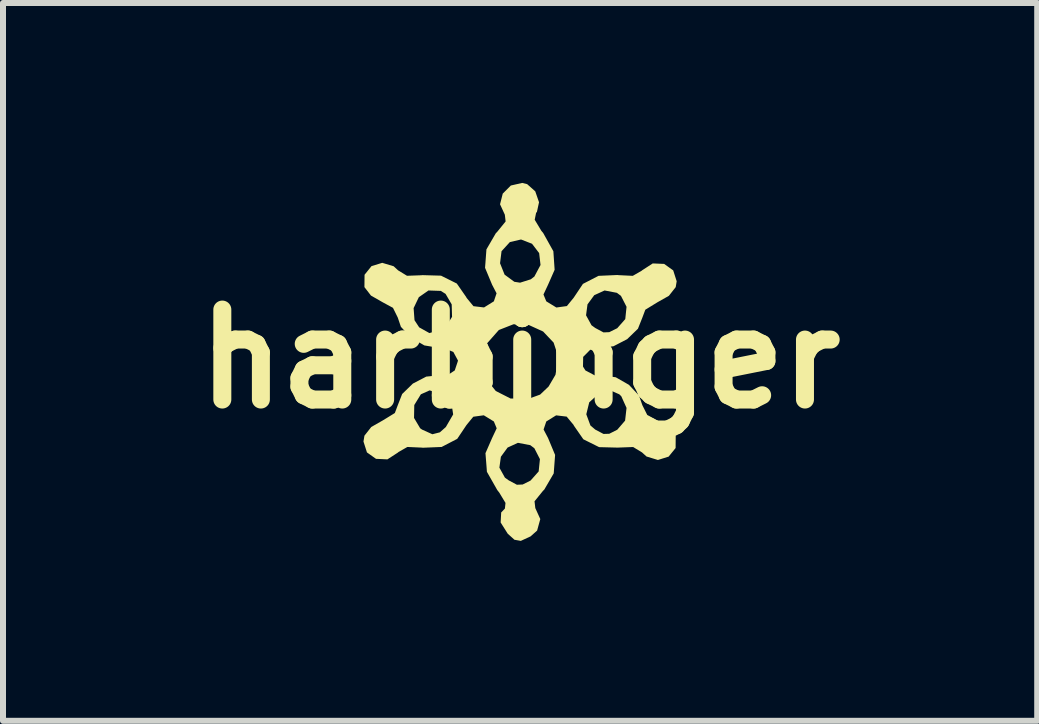
<source format=kicad_pcb>
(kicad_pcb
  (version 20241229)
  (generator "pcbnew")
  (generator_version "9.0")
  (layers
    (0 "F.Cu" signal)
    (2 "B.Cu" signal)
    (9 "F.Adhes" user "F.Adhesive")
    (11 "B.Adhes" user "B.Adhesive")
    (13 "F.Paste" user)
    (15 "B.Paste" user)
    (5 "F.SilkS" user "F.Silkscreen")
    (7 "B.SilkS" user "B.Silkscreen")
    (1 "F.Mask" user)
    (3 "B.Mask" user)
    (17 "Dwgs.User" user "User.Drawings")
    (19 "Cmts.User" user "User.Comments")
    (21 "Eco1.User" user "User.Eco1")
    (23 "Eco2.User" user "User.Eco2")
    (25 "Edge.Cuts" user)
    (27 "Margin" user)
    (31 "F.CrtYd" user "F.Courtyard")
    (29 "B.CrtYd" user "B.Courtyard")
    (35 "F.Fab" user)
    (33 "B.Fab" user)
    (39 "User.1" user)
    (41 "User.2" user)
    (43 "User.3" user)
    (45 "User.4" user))
  (footprint "harbinger"
    (layer "F.Cu")
    (at 5.621 2.933)
    (property "Reference" "harbinger" (at 0 0 0) (layer "F.SilkS") (effects (font (size 1.5 1.5) (thickness 0.3))))
    (attr board_only exclude_from_pos_files exclude_from_bom)
    (fp_poly (pts (xy 0.118 -2.913) (xy 0.253 -2.793) (xy 0.316 -2.611) (xy 0.281 -2.45) (xy 0.267 -2.434) (xy 0.244 -2.319) (xy 0.354 -2.136) (xy 0.386 -2.097) (xy 0.555 -1.794) (xy 0.576 -1.485) (xy 0.466 -1.235) (xy 0.39 -1.073) (xy 0.437 -0.959) (xy 0.605 -0.856) (xy 0.78 -0.88) (xy 0.893 -1.018) (xy 1.048 -1.25) (xy 1.308 -1.384) (xy 1.623 -1.398) (xy 1.634 -1.396) (xy 1.879 -1.384) (xy 2.03 -1.471) (xy 2.033 -1.475) (xy 2.212 -1.591) (xy 2.402 -1.583) (xy 2.553 -1.475) (xy 2.611 -1.294) (xy 2.595 -1.196) (xy 2.481 -1.051) (xy 2.29 -0.943) (xy 2.088 -0.819) (xy 2.039 -0.688) (xy 1.965 -0.502) (xy 1.785 -0.328) (xy 1.557 -0.21) (xy 1.374 -0.187) (xy 1.172 -0.154) (xy 1.052 -0.033) (xy 1.049 0.128) (xy 1.089 0.193) (xy 1.246 0.276) (xy 1.383 0.278) (xy 1.595 0.307) (xy 1.815 0.433) (xy 1.983 0.612) (xy 2.039 0.773) (xy 2.12 0.935) (xy 2.29 1.027) (xy 2.486 1.14) (xy 2.595 1.281) (xy 2.593 1.487) (xy 2.477 1.63) (xy 2.298 1.686) (xy 2.108 1.628) (xy 2.033 1.56) (xy 1.885 1.47) (xy 1.643 1.479) (xy 1.634 1.48) (xy 1.318 1.472) (xy 1.055 1.341) (xy 0.896 1.112) (xy 0.893 1.103) (xy 0.777 0.963) (xy 0.601 0.942) (xy 0.437 1.044) (xy 0.392 1.178) (xy 0.466 1.319) (xy 0.584 1.602) (xy 0.561 1.91) (xy 0.404 2.179) (xy 0.381 2.202) (xy 0.241 2.375) (xy 0.254 2.488) (xy 0.337 2.671) (xy 0.284 2.863) (xy 0.175 2.96) (xy 0.012 3.035) (xy -0.094 3.016) (xy -0.206 2.915) (xy -0.324 2.728) (xy -0.315 2.561) (xy -0.253 2.496) (xy -0.243 2.402) (xy -0.347 2.23) (xy -0.38 2.188) (xy -0.553 1.883) (xy -0.558 1.814) (xy -0.345 1.814) (xy -0.253 1.98) (xy -0.191 2.025) (xy -0.053 2.099) (xy 0.043 2.095) (xy 0.175 2.029) (xy 0.31 1.877) (xy 0.331 1.672) (xy 0.238 1.49) (xy 0.17 1.439) (xy -0.036 1.4) (xy -0.208 1.479) (xy -0.32 1.632) (xy -0.345 1.814) (xy -0.558 1.814) (xy -0.577 1.573) (xy -0.466 1.319) (xy -0.39 1.158) (xy -0.437 1.044) (xy -0.605 0.941) (xy -0.78 0.965) (xy -0.893 1.103) (xy -1.048 1.334) (xy -1.308 1.469) (xy -1.623 1.482) (xy -1.634 1.48) (xy -1.879 1.469) (xy -2.03 1.555) (xy -2.033 1.56) (xy -2.212 1.676) (xy -2.402 1.667) (xy -2.553 1.56) (xy -2.611 1.378) (xy -2.595 1.281) (xy -2.481 1.136) (xy -2.29 1.027) (xy -2.221 0.985) (xy -1.768 0.985) (xy -1.666 1.157) (xy -1.635 1.179) (xy -1.462 1.257) (xy -1.337 1.225) (xy -1.238 1.137) (xy -1.116 0.927) (xy -1.116 0.924) (xy 1.104 0.924) (xy 1.173 1.111) (xy 1.253 1.179) (xy 1.391 1.252) (xy 1.487 1.249) (xy 1.62 1.182) (xy 1.751 1.03) (xy 1.775 0.818) (xy 1.687 0.623) (xy 1.654 0.591) (xy 1.505 0.526) (xy 1.314 0.578) (xy 1.153 0.725) (xy 1.104 0.924) (xy -1.116 0.924) (xy -1.146 0.725) (xy -1.314 0.578) (xy -1.509 0.526) (xy -1.654 0.591) (xy -1.764 0.77) (xy -1.768 0.985) (xy -2.221 0.985) (xy -2.088 0.903) (xy -2.039 0.773) (xy -1.966 0.586) (xy -1.787 0.412) (xy -1.564 0.296) (xy -1.383 0.278) (xy -1.189 0.259) (xy -1.089 0.193) (xy -1.043 0.055) (xy -0.635 0.055) (xy -0.574 0.325) (xy -0.405 0.536) (xy -0.159 0.661) (xy 0.132 0.669) (xy 0.334 0.596) (xy 0.475 0.462) (xy 0.59 0.266) (xy 0.64 -0.025) (xy 0.559 -0.271) (xy 0.384 -0.456) (xy 0.149 -0.563) (xy -0.109 -0.577) (xy -0.354 -0.481) (xy -0.549 -0.26) (xy -0.557 -0.244) (xy -0.635 0.055) (xy -1.043 0.055) (xy -1.035 0.029) (xy -1.112 -0.114) (xy -1.286 -0.187) (xy -1.374 -0.187) (xy -1.596 -0.224) (xy -1.821 -0.355) (xy -1.987 -0.534) (xy -2.039 -0.688) (xy -2.117 -0.846) (xy -1.775 -0.846) (xy -1.76 -0.644) (xy -1.682 -0.525) (xy -1.512 -0.43) (xy -1.316 -0.484) (xy -1.235 -0.537) (xy -1.134 -0.701) (xy -1.135 -0.726) (xy 1.1 -0.726) (xy 1.191 -0.56) (xy 1.253 -0.515) (xy 1.391 -0.441) (xy 1.487 -0.445) (xy 1.62 -0.511) (xy 1.754 -0.663) (xy 1.775 -0.868) (xy 1.682 -1.05) (xy 1.614 -1.101) (xy 1.409 -1.14) (xy 1.236 -1.061) (xy 1.124 -0.908) (xy 1.1 -0.726) (xy -1.135 -0.726) (xy -1.14 -0.908) (xy -1.242 -1.083) (xy -1.322 -1.133) (xy -1.527 -1.14) (xy -1.688 -1.028) (xy -1.775 -0.846) (xy -2.117 -0.846) (xy -2.12 -0.851) (xy -2.29 -0.943) (xy -2.486 -1.055) (xy -2.595 -1.196) (xy -2.593 -1.402) (xy -2.477 -1.546) (xy -2.298 -1.601) (xy -2.108 -1.544) (xy -2.033 -1.475) (xy -1.885 -1.385) (xy -1.643 -1.394) (xy -1.634 -1.396) (xy -1.318 -1.387) (xy -1.055 -1.256) (xy -0.896 -1.027) (xy -0.893 -1.018) (xy -0.777 -0.878) (xy -0.601 -0.857) (xy -0.437 -0.959) (xy -0.392 -1.093) (xy -0.466 -1.235) (xy -0.584 -1.518) (xy -0.578 -1.594) (xy -0.334 -1.594) (xy -0.258 -1.404) (xy -0.096 -1.285) (xy 0 -1.27) (xy 0.178 -1.326) (xy 0.238 -1.372) (xy 0.341 -1.565) (xy 0.318 -1.763) (xy 0.199 -1.919) (xy 0.016 -1.99) (xy -0.17 -1.947) (xy -0.309 -1.795) (xy -0.334 -1.594) (xy -0.578 -1.594) (xy -0.561 -1.825) (xy -0.404 -2.095) (xy -0.381 -2.118) (xy -0.241 -2.291) (xy -0.254 -2.403) (xy -0.334 -2.577) (xy -0.289 -2.755) (xy -0.154 -2.89) (xy 0.035 -2.933)) (stroke (width 0) (type solid)) (fill yes) (layer "F.SilkS")))
  (gr_rect
    (start -3 -3)
    (end 14.243 8.968)
    (stroke (width 0.1) (type default))
    (fill no)
    (layer "Edge.Cuts")))
</source>
